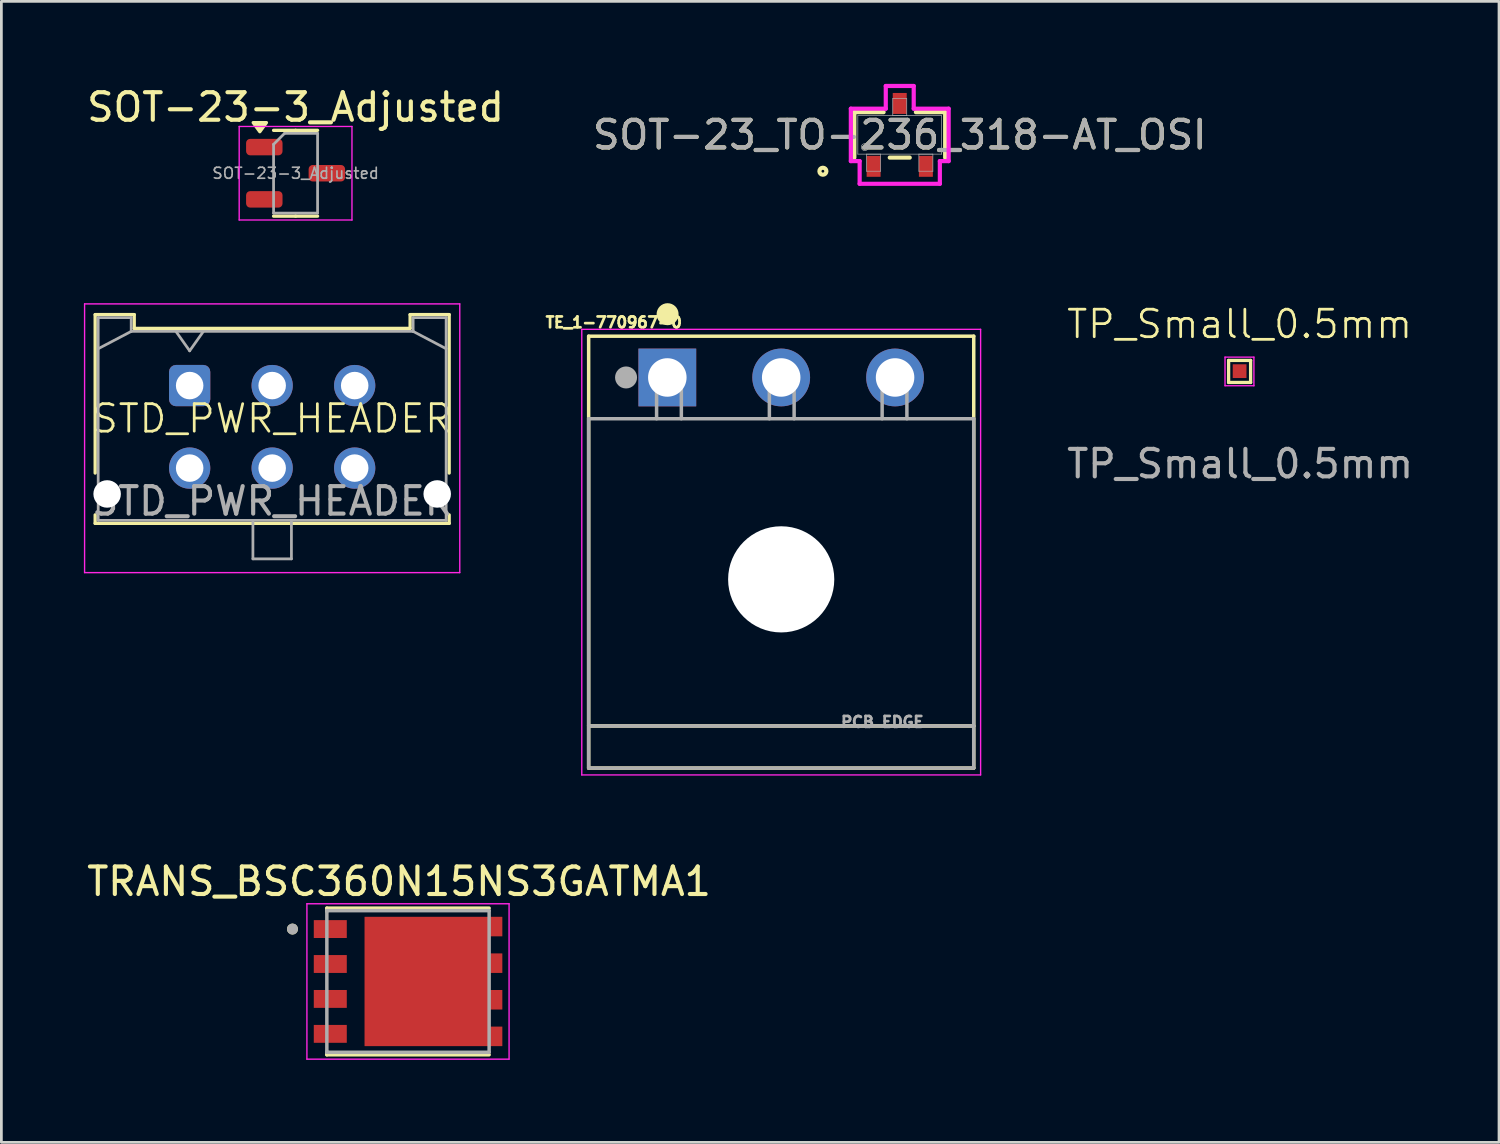
<source format=kicad_pcb>
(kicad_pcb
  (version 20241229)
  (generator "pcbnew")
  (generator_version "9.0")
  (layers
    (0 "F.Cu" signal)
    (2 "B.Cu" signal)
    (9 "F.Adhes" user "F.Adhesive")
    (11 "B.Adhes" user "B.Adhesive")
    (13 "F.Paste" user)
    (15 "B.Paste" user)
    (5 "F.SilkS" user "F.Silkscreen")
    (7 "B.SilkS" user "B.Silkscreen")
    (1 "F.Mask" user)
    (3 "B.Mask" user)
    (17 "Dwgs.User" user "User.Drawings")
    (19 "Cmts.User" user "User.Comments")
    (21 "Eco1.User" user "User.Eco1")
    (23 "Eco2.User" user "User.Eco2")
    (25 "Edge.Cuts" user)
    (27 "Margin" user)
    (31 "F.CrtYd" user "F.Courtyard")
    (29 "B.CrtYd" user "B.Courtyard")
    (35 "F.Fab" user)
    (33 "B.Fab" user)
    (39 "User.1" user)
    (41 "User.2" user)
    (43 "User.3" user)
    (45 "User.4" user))
  (footprint "TRANS_BSC360N15NS3GATMA1"
    (layer "F.Cu")
    (at 11.783 32.632)
    (property "Reference" "TRANS_BSC360N15NS3GATMA1" (at -0.325 -3.635 0) (layer "F.SilkS") (effects (font (size 1 1) (thickness 0.15))))
    (attr smd)
    (fp_poly (pts (xy -1.675 -2.445) (xy 3.525 -2.445) (xy 3.525 -1.545) (xy 3.025 -1.545) (xy 3.025 -1.115) (xy 3.525 -1.115) (xy 3.525 -0.215) (xy 3.025 -0.215) (xy 3.025 0.215) (xy 3.525 0.215) (xy 3.525 1.115) (xy 3.025 1.115) (xy 3.025 1.545) (xy 3.525 1.545) (xy 3.525 2.445) (xy -1.675 2.445)) (stroke (width 0.01) (type solid)) (fill yes) (layer "F.Mask"))
    (fp_line (start -2.95 -2.665) (end 2.95 -2.665) (stroke (width 0.127) (type solid)) (layer "F.SilkS"))
    (fp_line (start -2.95 -2.55) (end -2.95 -2.665) (stroke (width 0.127) (type solid)) (layer "F.SilkS"))
    (fp_line (start -2.95 2.665) (end -2.95 2.55) (stroke (width 0.127) (type solid)) (layer "F.SilkS"))
    (fp_line (start 2.95 2.665) (end -2.95 2.665) (stroke (width 0.127) (type solid)) (layer "F.SilkS"))
    (fp_circle (center -4.2 -1.905) (end -4.1 -1.905) (stroke (width 0.2) (type solid)) (fill no) (layer "F.SilkS"))
    (fp_poly (pts (xy -1.24 -2.005) (xy 0.34 -2.005) (xy 0.34 -0.335) (xy -1.24 -0.335)) (stroke (width 0.01) (type solid)) (fill yes) (layer "F.Paste"))
    (fp_poly (pts (xy -1.24 0.335) (xy 0.34 0.335) (xy 0.34 2.005) (xy -1.24 2.005)) (stroke (width 0.01) (type solid)) (fill yes) (layer "F.Paste"))
    (fp_poly (pts (xy 1.01 -2.005) (xy 2.59 -2.005) (xy 2.59 -0.335) (xy 1.01 -0.335)) (stroke (width 0.01) (type solid)) (fill yes) (layer "F.Paste"))
    (fp_poly (pts (xy 1.01 0.335) (xy 2.59 0.335) (xy 2.59 2.005) (xy 1.01 2.005)) (stroke (width 0.01) (type solid)) (fill yes) (layer "F.Paste"))
    (fp_poly (pts (xy 2.925 -2.345) (xy 3.425 -2.345) (xy 3.425 -1.645) (xy 2.925 -1.645)) (stroke (width 0.01) (type solid)) (fill yes) (layer "F.Paste"))
    (fp_poly (pts (xy 2.925 -1.015) (xy 3.425 -1.015) (xy 3.425 -0.315) (xy 2.925 -0.315)) (stroke (width 0.01) (type solid)) (fill yes) (layer "F.Paste"))
    (fp_poly (pts (xy 2.925 0.315) (xy 3.425 0.315) (xy 3.425 1.015) (xy 2.925 1.015)) (stroke (width 0.01) (type solid)) (fill yes) (layer "F.Paste"))
    (fp_poly (pts (xy 2.925 1.645) (xy 3.425 1.645) (xy 3.425 2.345) (xy 2.925 2.345)) (stroke (width 0.01) (type solid)) (fill yes) (layer "F.Paste"))
    (fp_line (start -3.675 -2.825) (end -3.675 2.825) (stroke (width 0.05) (type solid)) (layer "F.CrtYd"))
    (fp_line (start -3.675 2.825) (end 3.675 2.825) (stroke (width 0.05) (type solid)) (layer "F.CrtYd"))
    (fp_line (start 3.675 -2.825) (end -3.675 -2.825) (stroke (width 0.05) (type solid)) (layer "F.CrtYd"))
    (fp_line (start 3.675 2.825) (end 3.675 -2.825) (stroke (width 0.05) (type solid)) (layer "F.CrtYd"))
    (fp_line (start -2.95 -2.575) (end 2.95 -2.575) (stroke (width 0.127) (type solid)) (layer "F.Fab"))
    (fp_line (start -2.95 2.575) (end -2.95 -2.575) (stroke (width 0.127) (type solid)) (layer "F.Fab"))
    (fp_line (start 2.95 -2.575) (end 2.95 2.575) (stroke (width 0.127) (type solid)) (layer "F.Fab"))
    (fp_line (start 2.95 2.575) (end -2.95 2.575) (stroke (width 0.127) (type solid)) (layer "F.Fab"))
    (fp_circle (center -4.2 -1.905) (end -4.1 -1.905) (stroke (width 0.2) (type solid)) (fill no) (layer "F.Fab"))
    (pad "1" smd rect (at -2.825 -1.905) (size 1.2 0.65) (layers "F.Cu" "F.Mask" "F.Paste"))
    (pad "2" smd rect (at -2.825 -0.635) (size 1.2 0.65) (layers "F.Cu" "F.Mask" "F.Paste"))
    (pad "3" smd rect (at -2.825 0.635) (size 1.2 0.65) (layers "F.Cu" "F.Mask" "F.Paste"))
    (pad "4" smd rect (at -2.825 1.905) (size 1.2 0.65) (layers "F.Cu" "F.Mask" "F.Paste"))
    (pad "5_8" smd custom (at 0.675 0) (size 0.5 0.5) (layers "F.Cu") (options (anchor rect)) (primitives (gr_poly (pts (xy -2.25 -2.345) (xy 2.75 -2.345) (xy 2.75 -1.645) (xy 2.25 -1.645) (xy 2.25 -1.015) (xy 2.75 -1.015) (xy 2.75 -0.315) (xy 2.25 -0.315) (xy 2.25 0.315) (xy 2.75 0.315) (xy 2.75 1.015) (xy 2.25 1.015) (xy 2.25 1.645) (xy 2.75 1.645) (xy 2.75 2.345) (xy -2.25 2.345)) (width 0.01) (fill yes)))))
  (footprint "SOT-23_TO-236_318-AT_OSI"
    (layer "F.Cu")
    (at 29.661 1.854)
    (property "Reference" "SOT-23_TO-236_318-AT_OSI" (at 0 0 0) (unlocked yes) (layer "F.SilkS") (effects (font (size 1 1) (thickness 0.15))))
    (attr smd)
    (fp_line (start -1.651 -0.826) (end -1.651 0.826) (stroke (width 0.152) (type solid)) (layer "F.SilkS"))
    (fp_line (start -0.587 -0.826) (end -1.651 -0.826) (stroke (width 0.152) (type solid)) (layer "F.SilkS"))
    (fp_line (start -0.363 0.826) (end 0.363 0.826) (stroke (width 0.152) (type solid)) (layer "F.SilkS"))
    (fp_line (start 1.651 -0.826) (end 0.587 -0.826) (stroke (width 0.152) (type solid)) (layer "F.SilkS"))
    (fp_line (start 1.651 0.826) (end 1.651 -0.826) (stroke (width 0.152) (type solid)) (layer "F.SilkS"))
    (fp_circle (center -2.794 1.321) (end -2.667 1.321) (stroke (width 0.152) (type solid)) (fill no) (layer "F.SilkS"))
    (fp_line (start -1.778 -0.953) (end -0.508 -0.953) (stroke (width 0.152) (type solid)) (layer "F.CrtYd"))
    (fp_line (start -1.778 0.953) (end -1.778 -0.953) (stroke (width 0.152) (type solid)) (layer "F.CrtYd"))
    (fp_line (start -1.778 0.953) (end -1.458 0.953) (stroke (width 0.152) (type solid)) (layer "F.CrtYd"))
    (fp_line (start -1.458 0.953) (end -1.458 1.778) (stroke (width 0.152) (type solid)) (layer "F.CrtYd"))
    (fp_line (start -1.458 1.778) (end 1.458 1.778) (stroke (width 0.152) (type solid)) (layer "F.CrtYd"))
    (fp_line (start -0.508 -1.778) (end 0.508 -1.778) (stroke (width 0.152) (type solid)) (layer "F.CrtYd"))
    (fp_line (start -0.508 -0.953) (end -0.508 -1.778) (stroke (width 0.152) (type solid)) (layer "F.CrtYd"))
    (fp_line (start 0.508 -0.953) (end 0.508 -1.778) (stroke (width 0.152) (type solid)) (layer "F.CrtYd"))
    (fp_line (start 1.458 0.953) (end 1.458 1.778) (stroke (width 0.152) (type solid)) (layer "F.CrtYd"))
    (fp_line (start 1.778 -0.953) (end 0.508 -0.953) (stroke (width 0.152) (type solid)) (layer "F.CrtYd"))
    (fp_line (start 1.778 -0.953) (end 1.778 0.953) (stroke (width 0.152) (type solid)) (layer "F.CrtYd"))
    (fp_line (start 1.778 0.953) (end 1.458 0.953) (stroke (width 0.152) (type solid)) (layer "F.CrtYd"))
    (fp_line (start -1.524 -0.699) (end -1.524 0.699) (stroke (width 0.025) (type solid)) (layer "F.Fab"))
    (fp_line (start -1.524 0.699) (end 1.524 0.699) (stroke (width 0.025) (type solid)) (layer "F.Fab"))
    (fp_line (start -1.204 0.699) (end -1.204 1.321) (stroke (width 0.025) (type solid)) (layer "F.Fab"))
    (fp_line (start -1.204 1.321) (end -0.696 1.321) (stroke (width 0.025) (type solid)) (layer "F.Fab"))
    (fp_line (start -0.696 0.699) (end -1.204 0.699) (stroke (width 0.025) (type solid)) (layer "F.Fab"))
    (fp_line (start -0.696 1.321) (end -0.696 0.699) (stroke (width 0.025) (type solid)) (layer "F.Fab"))
    (fp_line (start -0.254 -1.321) (end -0.254 -0.699) (stroke (width 0.025) (type solid)) (layer "F.Fab"))
    (fp_line (start -0.254 -0.699) (end 0.254 -0.699) (stroke (width 0.025) (type solid)) (layer "F.Fab"))
    (fp_line (start 0.254 -1.321) (end -0.254 -1.321) (stroke (width 0.025) (type solid)) (layer "F.Fab"))
    (fp_line (start 0.254 -0.699) (end 0.254 -1.321) (stroke (width 0.025) (type solid)) (layer "F.Fab"))
    (fp_line (start 0.696 0.699) (end 0.696 1.321) (stroke (width 0.025) (type solid)) (layer "F.Fab"))
    (fp_line (start 0.696 1.321) (end 1.204 1.321) (stroke (width 0.025) (type solid)) (layer "F.Fab"))
    (fp_line (start 1.204 0.699) (end 0.696 0.699) (stroke (width 0.025) (type solid)) (layer "F.Fab"))
    (fp_line (start 1.204 1.321) (end 1.204 0.699) (stroke (width 0.025) (type solid)) (layer "F.Fab"))
    (fp_line (start 1.524 -0.699) (end -1.524 -0.699) (stroke (width 0.025) (type solid)) (layer "F.Fab"))
    (fp_line (start 1.524 0.699) (end 1.524 -0.699) (stroke (width 0.025) (type solid)) (layer "F.Fab"))
    (fp_circle (center -1.27 0.445) (end -1.143 0.445) (stroke (width 0.025) (type solid)) (fill no) (layer "F.Fab"))
    (fp_text user "${REFERENCE}" (at 0 0 0) (unlocked yes) (layer "F.Fab") (effects (font (size 1 1) (thickness 0.15))))
    (pad "1" smd rect (at -0.95 1.143) (size 0.508 0.762) (layers "F.Cu" "F.Mask" "F.Paste"))
    (pad "2" smd rect (at 0.95 1.143) (size 0.508 0.762) (layers "F.Cu" "F.Mask" "F.Paste"))
    (pad "3" smd rect (at 0 -1.143) (size 0.508 0.762) (layers "F.Cu" "F.Mask" "F.Paste")))
  (footprint "TP_Small_0.5mm"
    (layer "F.Cu")
    (at 42.017 10.434)
    (property "Reference" "TP_Small_0.5mm" (at 0 -1.7 0) (unlocked yes) (layer "F.SilkS") (effects (font (size 1 1) (thickness 0.1))))
    (attr smd)
    (fp_line (start -0.4 -0.38) (end 0.4 -0.38) (stroke (width 0.12) (type solid)) (layer "F.SilkS"))
    (fp_line (start -0.4 0.42) (end -0.4 -0.38) (stroke (width 0.12) (type solid)) (layer "F.SilkS"))
    (fp_line (start 0.4 -0.38) (end 0.4 0.42) (stroke (width 0.12) (type solid)) (layer "F.SilkS"))
    (fp_line (start 0.4 0.42) (end -0.4 0.42) (stroke (width 0.12) (type solid)) (layer "F.SilkS"))
    (fp_line (start -0.53 -0.5) (end -0.53 0.54) (stroke (width 0.05) (type solid)) (layer "F.CrtYd"))
    (fp_line (start -0.53 -0.5) (end 0.52 -0.5) (stroke (width 0.05) (type solid)) (layer "F.CrtYd"))
    (fp_line (start 0.52 0.54) (end -0.53 0.54) (stroke (width 0.05) (type solid)) (layer "F.CrtYd"))
    (fp_line (start 0.52 0.54) (end 0.52 -0.5) (stroke (width 0.05) (type solid)) (layer "F.CrtYd"))
    (fp_text user "${REFERENCE}" (at 0.02 3.38 0) (unlocked yes) (layer "F.Fab") (effects (font (size 1 1) (thickness 0.15))))
    (pad "1" smd rect (at 0 0.01) (size 0.5 0.5) (layers "F.Cu" "F.Mask")))
  (footprint "STD_PWR_HEADER"
    (layer "F.Cu")
    (at 6.845 12.668)
    (property "Reference" "STD_PWR_HEADER" (at 0 -0.5 0) (unlocked yes) (layer "F.SilkS") (effects (font (size 1 1) (thickness 0.1))))
    (attr through_hole)
    (fp_line (start -6.435 -4.28) (end -5.015 -4.28) (stroke (width 0.12) (type solid)) (layer "F.SilkS"))
    (fp_line (start -6.435 1.48) (end -6.435 -4.28) (stroke (width 0.12) (type solid)) (layer "F.SilkS"))
    (fp_line (start -6.435 3) (end -6.435 3.31) (stroke (width 0.12) (type solid)) (layer "F.SilkS"))
    (fp_line (start -6.435 3.31) (end 6.435 3.31) (stroke (width 0.12) (type solid)) (layer "F.SilkS"))
    (fp_line (start -5.015 -4.28) (end -5.015 -3.78) (stroke (width 0.12) (type solid)) (layer "F.SilkS"))
    (fp_line (start -5.015 -3.78) (end 5.015 -3.78) (stroke (width 0.12) (type solid)) (layer "F.SilkS"))
    (fp_line (start 5.015 -4.28) (end 6.435 -4.28) (stroke (width 0.12) (type solid)) (layer "F.SilkS"))
    (fp_line (start 5.015 -3.78) (end 5.015 -4.28) (stroke (width 0.12) (type solid)) (layer "F.SilkS"))
    (fp_line (start 6.435 -4.28) (end 6.435 1.48) (stroke (width 0.12) (type solid)) (layer "F.SilkS"))
    (fp_line (start 6.435 3.31) (end 6.435 3) (stroke (width 0.12) (type solid)) (layer "F.SilkS"))
    (fp_line (start -6.82 -4.67) (end 6.82 -4.67) (stroke (width 0.05) (type solid)) (layer "F.CrtYd"))
    (fp_line (start -6.82 5.1) (end -6.82 -4.67) (stroke (width 0.05) (type solid)) (layer "F.CrtYd"))
    (fp_line (start 6.82 -4.67) (end 6.82 5.1) (stroke (width 0.05) (type solid)) (layer "F.CrtYd"))
    (fp_line (start 6.82 5.1) (end -6.82 5.1) (stroke (width 0.05) (type solid)) (layer "F.CrtYd"))
    (fp_line (start -6.325 -4.17) (end -6.325 3.2) (stroke (width 0.1) (type solid)) (layer "F.Fab"))
    (fp_line (start -6.325 -3.04) (end -5.125 -3.67) (stroke (width 0.1) (type solid)) (layer "F.Fab"))
    (fp_line (start -6.325 3.2) (end 6.325 3.2) (stroke (width 0.1) (type solid)) (layer "F.Fab"))
    (fp_line (start -5.125 -4.17) (end -6.325 -4.17) (stroke (width 0.1) (type solid)) (layer "F.Fab"))
    (fp_line (start -5.125 -3.67) (end -5.125 -4.17) (stroke (width 0.1) (type solid)) (layer "F.Fab"))
    (fp_line (start -3.5 -3.67) (end -3 -2.963) (stroke (width 0.1) (type solid)) (layer "F.Fab"))
    (fp_line (start -3 -2.963) (end -2.5 -3.67) (stroke (width 0.1) (type solid)) (layer "F.Fab"))
    (fp_line (start -0.7 3.2) (end -0.7 4.6) (stroke (width 0.1) (type solid)) (layer "F.Fab"))
    (fp_line (start -0.7 4.6) (end 0.7 4.6) (stroke (width 0.1) (type solid)) (layer "F.Fab"))
    (fp_line (start 0.7 4.6) (end 0.7 3.2) (stroke (width 0.1) (type solid)) (layer "F.Fab"))
    (fp_line (start 5.125 -4.17) (end 5.125 -3.67) (stroke (width 0.1) (type solid)) (layer "F.Fab"))
    (fp_line (start 5.125 -3.67) (end -5.125 -3.67) (stroke (width 0.1) (type solid)) (layer "F.Fab"))
    (fp_line (start 6.325 -4.17) (end 5.125 -4.17) (stroke (width 0.1) (type solid)) (layer "F.Fab"))
    (fp_line (start 6.325 -3.04) (end 5.125 -3.67) (stroke (width 0.1) (type solid)) (layer "F.Fab"))
    (fp_line (start 6.325 3.2) (end 6.325 -4.17) (stroke (width 0.1) (type solid)) (layer "F.Fab"))
    (fp_text user "${REFERENCE}" (at 0 2.5 0) (layer "F.Fab") (effects (font (size 1 1) (thickness 0.15))))
    (pad "" np_thru_hole circle (at -6 2.24) (size 1 1) (drill 1) (layers "*.Cu" "*.Mask"))
    (pad "" np_thru_hole circle (at 6 2.24) (size 1 1) (drill 1) (layers "*.Cu" "*.Mask"))
    (pad "1" thru_hole roundrect (at -3 -1.7) (size 1.5 1.5) (drill 1) (layers "*.Cu" "*.Mask") (roundrect_rratio 0.167))
    (pad "2" thru_hole circle (at 0 -1.7) (size 1.5 1.5) (drill 1) (layers "*.Cu" "*.Mask"))
    (pad "3" thru_hole circle (at 3 -1.7) (size 1.5 1.5) (drill 1) (layers "*.Cu" "*.Mask"))
    (pad "4" thru_hole circle (at -3 1.3) (size 1.5 1.5) (drill 1) (layers "*.Cu" "*.Mask"))
    (pad "5" thru_hole circle (at 0 1.3) (size 1.5 1.5) (drill 1) (layers "*.Cu" "*.Mask"))
    (pad "6" thru_hole circle (at 3 1.3) (size 1.5 1.5) (drill 1) (layers "*.Cu" "*.Mask")))
  (footprint "TE_1-770967-0"
    (layer "F.Cu")
    (at 25.351 10.673)
    (property "Reference" "TE_1-770967-0" (at -6.086 -2.002 0) (layer "F.SilkS") (effects (font (size 0.394 0.394) (thickness 0.15))))
    (attr through_hole)
    (fp_line (start -7 -1.5) (end 7 -1.5) (stroke (width 0.127) (type solid)) (layer "F.SilkS"))
    (fp_line (start -7 12.67) (end -7 -1.5) (stroke (width 0.127) (type solid)) (layer "F.SilkS"))
    (fp_line (start -7 12.7) (end -7 14.2) (stroke (width 0.127) (type solid)) (layer "F.SilkS"))
    (fp_line (start 7 -1.5) (end 7 12.67) (stroke (width 0.127) (type solid)) (layer "F.SilkS"))
    (fp_line (start 7 12.67) (end -7 12.67) (stroke (width 0.127) (type solid)) (layer "F.SilkS"))
    (fp_line (start 7 12.7) (end 7 14.2) (stroke (width 0.127) (type solid)) (layer "F.SilkS"))
    (fp_line (start 7 14.2) (end -7 14.2) (stroke (width 0.127) (type solid)) (layer "F.SilkS"))
    (fp_circle (center -4.13 -2.3) (end -3.93 -2.3) (stroke (width 0.4) (type solid)) (fill no) (layer "F.SilkS"))
    (fp_line (start -7.25 -1.75) (end 7.25 -1.75) (stroke (width 0.05) (type solid)) (layer "F.CrtYd"))
    (fp_line (start -7.25 14.45) (end -7.25 -1.75) (stroke (width 0.05) (type solid)) (layer "F.CrtYd"))
    (fp_line (start 7.25 -1.75) (end 7.25 14.45) (stroke (width 0.05) (type solid)) (layer "F.CrtYd"))
    (fp_line (start 7.25 14.45) (end -7.25 14.45) (stroke (width 0.05) (type solid)) (layer "F.CrtYd"))
    (fp_line (start -7 1.5) (end 7 1.5) (stroke (width 0.127) (type solid)) (layer "F.Fab"))
    (fp_line (start -7 12.67) (end -7 1.5) (stroke (width 0.127) (type solid)) (layer "F.Fab"))
    (fp_line (start -7 12.7) (end -7 14.2) (stroke (width 0.127) (type solid)) (layer "F.Fab"))
    (fp_line (start -4.53 0.1) (end -3.63 0.1) (stroke (width 0.127) (type solid)) (layer "F.Fab"))
    (fp_line (start -4.53 1.5) (end -4.53 0.1) (stroke (width 0.127) (type solid)) (layer "F.Fab"))
    (fp_line (start -3.63 0.1) (end -3.63 1.5) (stroke (width 0.127) (type solid)) (layer "F.Fab"))
    (fp_line (start -0.43 0.1) (end 0.47 0.1) (stroke (width 0.127) (type solid)) (layer "F.Fab"))
    (fp_line (start -0.43 1.5) (end -0.43 0.1) (stroke (width 0.127) (type solid)) (layer "F.Fab"))
    (fp_line (start 0.47 0.1) (end 0.47 1.5) (stroke (width 0.127) (type solid)) (layer "F.Fab"))
    (fp_line (start 3.67 0.1) (end 4.57 0.1) (stroke (width 0.127) (type solid)) (layer "F.Fab"))
    (fp_line (start 3.67 1.5) (end 3.67 0.1) (stroke (width 0.127) (type solid)) (layer "F.Fab"))
    (fp_line (start 4.57 0.1) (end 4.57 1.5) (stroke (width 0.127) (type solid)) (layer "F.Fab"))
    (fp_line (start 7 1.5) (end 7 12.67) (stroke (width 0.127) (type solid)) (layer "F.Fab"))
    (fp_line (start 7 12.67) (end -7 12.67) (stroke (width 0.127) (type solid)) (layer "F.Fab"))
    (fp_line (start 7 12.7) (end 7 14.2) (stroke (width 0.127) (type solid)) (layer "F.Fab"))
    (fp_line (start 7 14.2) (end -7 14.2) (stroke (width 0.127) (type solid)) (layer "F.Fab"))
    (fp_circle (center -5.64 0) (end -5.44 0) (stroke (width 0.4) (type solid)) (fill no) (layer "F.Fab"))
    (fp_text user "PCB EDGE" (at 3.677 12.524 0) (layer "F.Fab") (effects (font (size 0.394 0.394) (thickness 0.15))))
    (pad "" np_thru_hole circle (at 0 7.34) (size 3.86 3.86) (drill 3.86) (layers "*.Cu" "*.Mask"))
    (pad "1" thru_hole rect (at -4.14 0) (size 2.1 2.1) (drill 1.4) (layers "*.Cu" "*.Mask"))
    (pad "2" thru_hole circle (at 0 0) (size 2.1 2.1) (drill 1.4) (layers "*.Cu" "*.Mask"))
    (pad "3" thru_hole circle (at 4.14 0) (size 2.1 2.1) (drill 1.4) (layers "*.Cu" "*.Mask")))
  (footprint "SOT-23-3_Adjusted"
    (layer "F.Cu")
    (at 7.696 3.248)
    (property "Reference" "SOT-23-3_Adjusted" (at 0 -2.4 0) (layer "F.SilkS") (effects (font (size 1 1) (thickness 0.15))))
    (attr smd)
    (fp_line (start 0 -1.56) (end -0.8 -1.56) (stroke (width 0.12) (type solid)) (layer "F.SilkS"))
    (fp_line (start 0 -1.56) (end 0.8 -1.56) (stroke (width 0.12) (type solid)) (layer "F.SilkS"))
    (fp_line (start 0 1.56) (end -0.8 1.56) (stroke (width 0.12) (type solid)) (layer "F.SilkS"))
    (fp_line (start 0 1.56) (end 0.8 1.56) (stroke (width 0.12) (type solid)) (layer "F.SilkS"))
    (fp_poly (pts (xy -1.3 -1.51) (xy -1.54 -1.84) (xy -1.06 -1.84) (xy -1.3 -1.51)) (stroke (width 0.12) (type solid)) (fill yes) (layer "F.SilkS"))
    (fp_line (start -2.05 -1.7) (end -2.05 1.7) (stroke (width 0.05) (type solid)) (layer "F.CrtYd"))
    (fp_line (start -2.05 1.7) (end 2.05 1.7) (stroke (width 0.05) (type solid)) (layer "F.CrtYd"))
    (fp_line (start 2.05 -1.7) (end -2.05 -1.7) (stroke (width 0.05) (type solid)) (layer "F.CrtYd"))
    (fp_line (start 2.05 1.7) (end 2.05 -1.7) (stroke (width 0.05) (type solid)) (layer "F.CrtYd"))
    (fp_line (start -0.8 -1.05) (end -0.4 -1.45) (stroke (width 0.1) (type solid)) (layer "F.Fab"))
    (fp_line (start -0.8 1.45) (end -0.8 -1.05) (stroke (width 0.1) (type solid)) (layer "F.Fab"))
    (fp_line (start -0.4 -1.45) (end 0.8 -1.45) (stroke (width 0.1) (type solid)) (layer "F.Fab"))
    (fp_line (start 0.8 -1.45) (end 0.8 1.45) (stroke (width 0.1) (type solid)) (layer "F.Fab"))
    (fp_line (start 0.8 1.45) (end -0.8 1.45) (stroke (width 0.1) (type solid)) (layer "F.Fab"))
    (fp_text user "${REFERENCE}" (at 0 0 0) (layer "F.Fab") (effects (font (size 0.4 0.4) (thickness 0.06))))
    (pad "1" smd roundrect (at -1.137 -0.95) (size 1.325 0.6) (layers "F.Cu" "F.Mask" "F.Paste") (roundrect_rratio 0.25))
    (pad "2" smd roundrect (at -1.137 0.95) (size 1.325 0.6) (layers "F.Cu" "F.Mask" "F.Paste") (roundrect_rratio 0.25))
    (pad "3" smd roundrect (at 1.137 0) (size 1.325 0.6) (layers "F.Cu" "F.Mask" "F.Paste") (roundrect_rratio 0.25)))
  (gr_rect
    (start -3 -3)
    (end 51.448 38.481)
    (stroke (width 0.1) (type default))
    (fill no)
    (layer "Edge.Cuts")))
</source>
